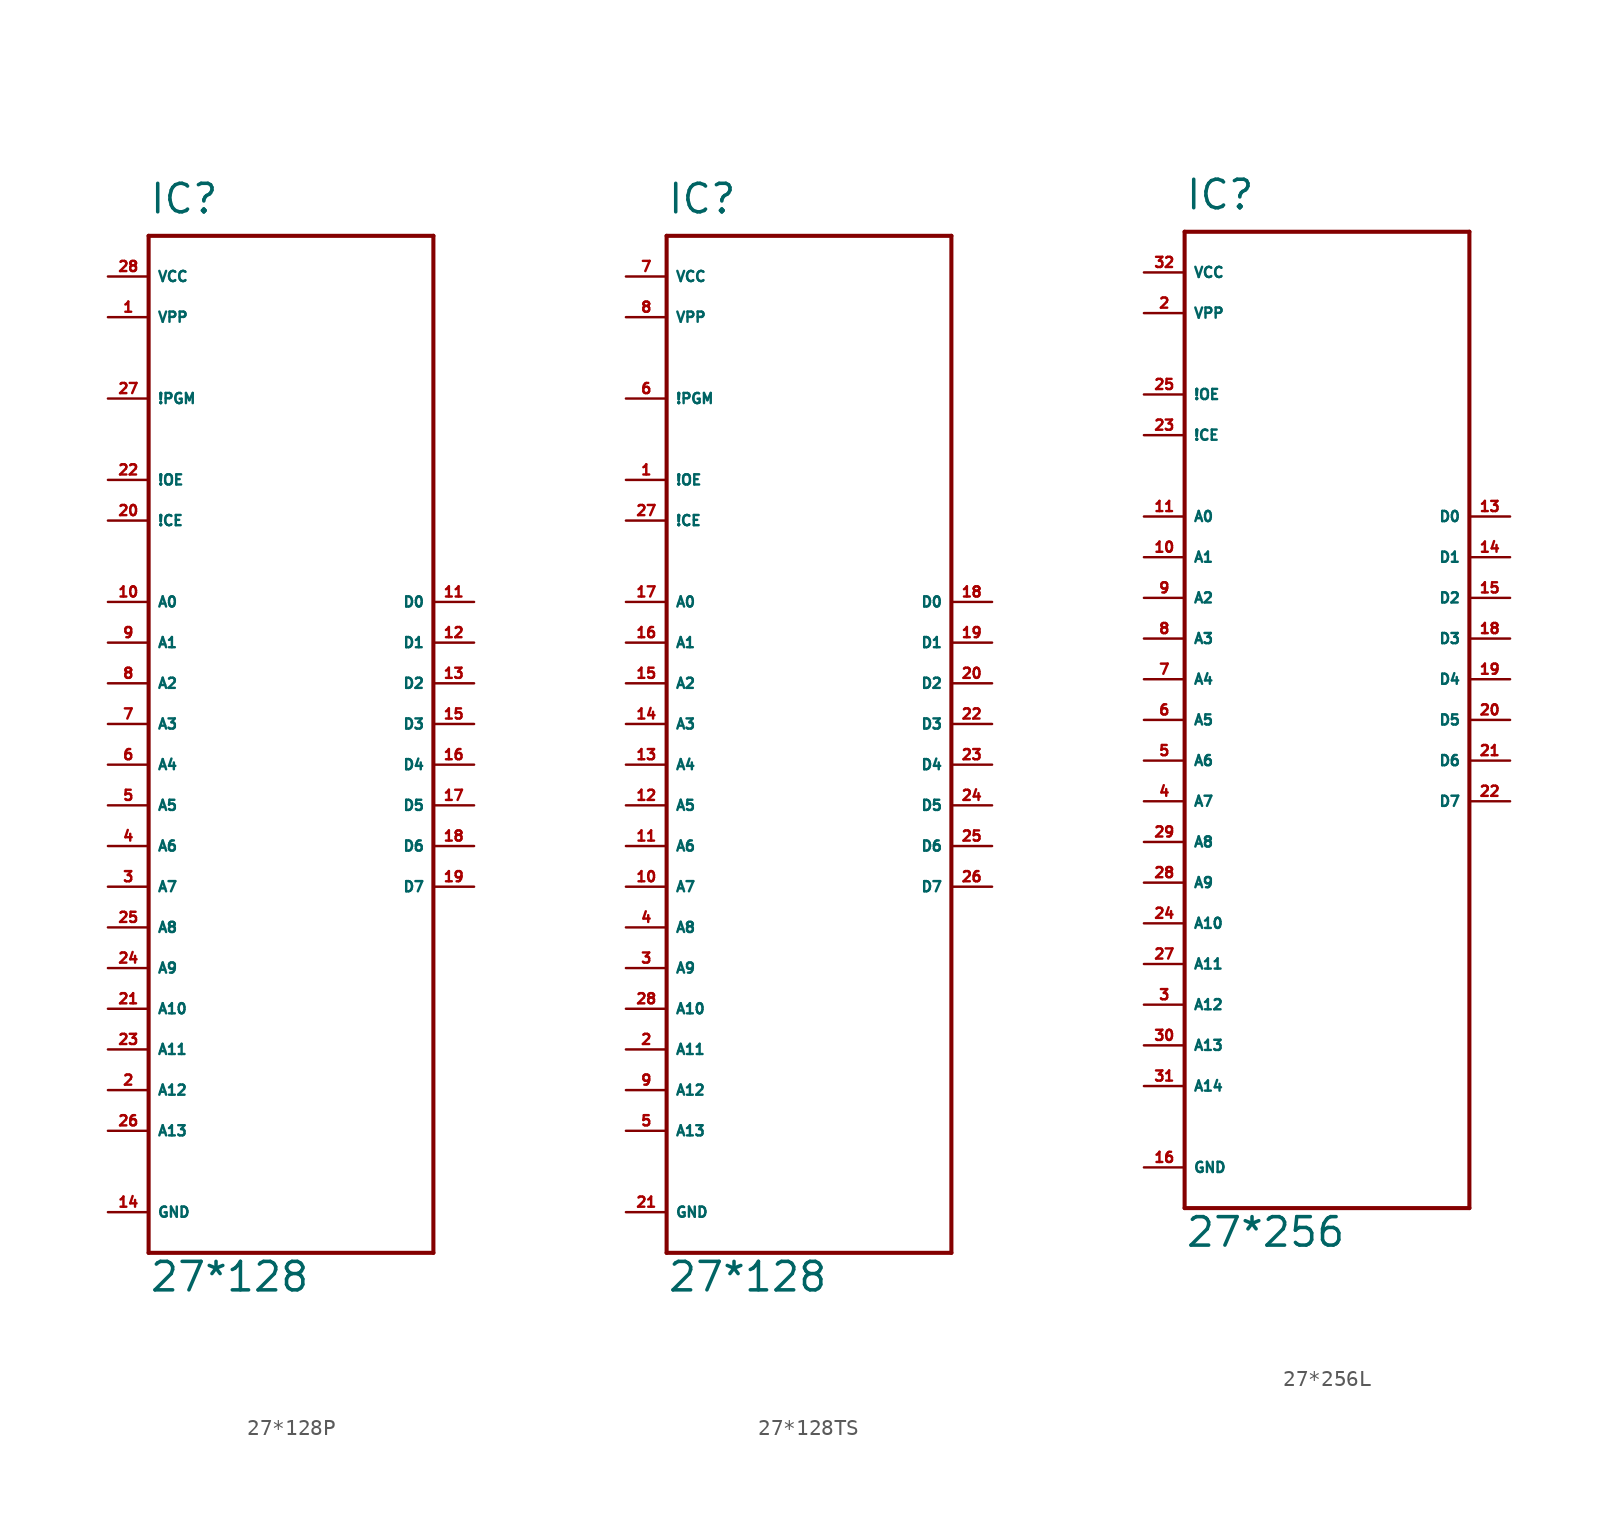
<source format=kicad_sym>
(kicad_symbol_lib
  (version 20220914)
  (generator Eagle2Kicad)
  (symbol "27*128P"
    (property "Reference" "IC"
      (at -7.62 31.75 0)
      (effects (font (size 1.778 1.778) (thickness 0.22)) (justify left bottom)))
    (property "Value" "27*128"
      (at -7.62 -35.56 0)
      (effects (font (size 1.778 1.778) (thickness 0.22)) (justify left bottom)))
    (polyline
      (pts (xy -7.62 30.48) (xy 10.16 30.48))
      (stroke (width 0.254) (type default))
      (fill (type none)))
    (polyline
      (pts (xy 10.16 30.48) (xy 10.16 -33.02))
      (stroke (width 0.254) (type default))
      (fill (type none)))
    (polyline
      (pts (xy 10.16 -33.02) (xy -7.62 -33.02))
      (stroke (width 0.254) (type default))
      (fill (type none)))
    (polyline
      (pts (xy -7.62 -33.02) (xy -7.62 30.48))
      (stroke (width 0.254) (type default))
      (fill (type none)))
    (pin input line
      (at -10.16 7.62 0)
      (length 2.54)
      (name "A0" (effects (font (size 0.635 0.635) (thickness 0.08)) (justify left bottom)))
      (number "10" (effects (font (size 0.635 0.635) (thickness 0.08)) (justify left bottom))))
    (pin input line
      (at -10.16 5.08 0)
      (length 2.54)
      (name "A1" (effects (font (size 0.635 0.635) (thickness 0.08)) (justify left bottom)))
      (number "9" (effects (font (size 0.635 0.635) (thickness 0.08)) (justify left bottom))))
    (pin input line
      (at -10.16 2.54 0)
      (length 2.54)
      (name "A2" (effects (font (size 0.635 0.635) (thickness 0.08)) (justify left bottom)))
      (number "8" (effects (font (size 0.635 0.635) (thickness 0.08)) (justify left bottom))))
    (pin input line
      (at -10.16 0 0)
      (length 2.54)
      (name "A3" (effects (font (size 0.635 0.635) (thickness 0.08)) (justify left bottom)))
      (number "7" (effects (font (size 0.635 0.635) (thickness 0.08)) (justify left bottom))))
    (pin input line
      (at -10.16 -2.54 0)
      (length 2.54)
      (name "A4" (effects (font (size 0.635 0.635) (thickness 0.08)) (justify left bottom)))
      (number "6" (effects (font (size 0.635 0.635) (thickness 0.08)) (justify left bottom))))
    (pin input line
      (at -10.16 -5.08 0)
      (length 2.54)
      (name "A5" (effects (font (size 0.635 0.635) (thickness 0.08)) (justify left bottom)))
      (number "5" (effects (font (size 0.635 0.635) (thickness 0.08)) (justify left bottom))))
    (pin input line
      (at -10.16 -7.62 0)
      (length 2.54)
      (name "A6" (effects (font (size 0.635 0.635) (thickness 0.08)) (justify left bottom)))
      (number "4" (effects (font (size 0.635 0.635) (thickness 0.08)) (justify left bottom))))
    (pin input line
      (at -10.16 -10.16 0)
      (length 2.54)
      (name "A7" (effects (font (size 0.635 0.635) (thickness 0.08)) (justify left bottom)))
      (number "3" (effects (font (size 0.635 0.635) (thickness 0.08)) (justify left bottom))))
    (pin input line
      (at -10.16 -12.7 0)
      (length 2.54)
      (name "A8" (effects (font (size 0.635 0.635) (thickness 0.08)) (justify left bottom)))
      (number "25" (effects (font (size 0.635 0.635) (thickness 0.08)) (justify left bottom))))
    (pin input line
      (at -10.16 12.7 0)
      (length 2.54)
      (name "!CE" (effects (font (size 0.635 0.635) (thickness 0.08)) (justify left bottom)))
      (number "20" (effects (font (size 0.635 0.635) (thickness 0.08)) (justify left bottom))))
    (pin input line
      (at -10.16 15.24 0)
      (length 2.54)
      (name "!OE" (effects (font (size 0.635 0.635) (thickness 0.08)) (justify left bottom)))
      (number "22" (effects (font (size 0.635 0.635) (thickness 0.08)) (justify left bottom))))
    (pin tri_state line
      (at 12.7 7.62 180)
      (length 2.54)
      (name "D0" (effects (font (size 0.635 0.635) (thickness 0.08)) (justify left bottom)))
      (number "11" (effects (font (size 0.635 0.635) (thickness 0.08)) (justify left bottom))))
    (pin tri_state line
      (at 12.7 5.08 180)
      (length 2.54)
      (name "D1" (effects (font (size 0.635 0.635) (thickness 0.08)) (justify left bottom)))
      (number "12" (effects (font (size 0.635 0.635) (thickness 0.08)) (justify left bottom))))
    (pin tri_state line
      (at 12.7 2.54 180)
      (length 2.54)
      (name "D2" (effects (font (size 0.635 0.635) (thickness 0.08)) (justify left bottom)))
      (number "13" (effects (font (size 0.635 0.635) (thickness 0.08)) (justify left bottom))))
    (pin tri_state line
      (at 12.7 0 180)
      (length 2.54)
      (name "D3" (effects (font (size 0.635 0.635) (thickness 0.08)) (justify left bottom)))
      (number "15" (effects (font (size 0.635 0.635) (thickness 0.08)) (justify left bottom))))
    (pin tri_state line
      (at 12.7 -2.54 180)
      (length 2.54)
      (name "D4" (effects (font (size 0.635 0.635) (thickness 0.08)) (justify left bottom)))
      (number "16" (effects (font (size 0.635 0.635) (thickness 0.08)) (justify left bottom))))
    (pin tri_state line
      (at 12.7 -5.08 180)
      (length 2.54)
      (name "D5" (effects (font (size 0.635 0.635) (thickness 0.08)) (justify left bottom)))
      (number "17" (effects (font (size 0.635 0.635) (thickness 0.08)) (justify left bottom))))
    (pin tri_state line
      (at 12.7 -7.62 180)
      (length 2.54)
      (name "D6" (effects (font (size 0.635 0.635) (thickness 0.08)) (justify left bottom)))
      (number "18" (effects (font (size 0.635 0.635) (thickness 0.08)) (justify left bottom))))
    (pin tri_state line
      (at 12.7 -10.16 180)
      (length 2.54)
      (name "D7" (effects (font (size 0.635 0.635) (thickness 0.08)) (justify left bottom)))
      (number "19" (effects (font (size 0.635 0.635) (thickness 0.08)) (justify left bottom))))
    (pin unspecified line
      (at -10.16 27.94 0)
      (length 2.54)
      (name "VCC" (effects (font (size 0.635 0.635) (thickness 0.08)) (justify left bottom)))
      (number "28" (effects (font (size 0.635 0.635) (thickness 0.08)) (justify left bottom))))
    (pin unspecified line
      (at -10.16 -30.48 0)
      (length 2.54)
      (name "GND" (effects (font (size 0.635 0.635) (thickness 0.08)) (justify left bottom)))
      (number "14" (effects (font (size 0.635 0.635) (thickness 0.08)) (justify left bottom))))
    (pin input line
      (at -10.16 -15.24 0)
      (length 2.54)
      (name "A9" (effects (font (size 0.635 0.635) (thickness 0.08)) (justify left bottom)))
      (number "24" (effects (font (size 0.635 0.635) (thickness 0.08)) (justify left bottom))))
    (pin input line
      (at -10.16 -17.78 0)
      (length 2.54)
      (name "A10" (effects (font (size 0.635 0.635) (thickness 0.08)) (justify left bottom)))
      (number "21" (effects (font (size 0.635 0.635) (thickness 0.08)) (justify left bottom))))
    (pin passive line
      (at -10.16 20.32 0)
      (length 2.54)
      (name "!PGM" (effects (font (size 0.635 0.635) (thickness 0.08)) (justify left bottom)))
      (number "27" (effects (font (size 0.635 0.635) (thickness 0.08)) (justify left bottom))))
    (pin input line
      (at -10.16 -20.32 0)
      (length 2.54)
      (name "A11" (effects (font (size 0.635 0.635) (thickness 0.08)) (justify left bottom)))
      (number "23" (effects (font (size 0.635 0.635) (thickness 0.08)) (justify left bottom))))
    (pin input line
      (at -10.16 -22.86 0)
      (length 2.54)
      (name "A12" (effects (font (size 0.635 0.635) (thickness 0.08)) (justify left bottom)))
      (number "2" (effects (font (size 0.635 0.635) (thickness 0.08)) (justify left bottom))))
    (pin input line
      (at -10.16 25.4 0)
      (length 2.54)
      (name "VPP" (effects (font (size 0.635 0.635) (thickness 0.08)) (justify left bottom)))
      (number "1" (effects (font (size 0.635 0.635) (thickness 0.08)) (justify left bottom))))
    (pin input line
      (at -10.16 -25.4 0)
      (length 2.54)
      (name "A13" (effects (font (size 0.635 0.635) (thickness 0.08)) (justify left bottom)))
      (number "26" (effects (font (size 0.635 0.635) (thickness 0.08)) (justify left bottom)))))
  (symbol "27*128TS"
    (property "Reference" "IC"
      (at -7.62 31.75 0)
      (effects (font (size 1.778 1.778) (thickness 0.22)) (justify left bottom)))
    (property "Value" "27*128"
      (at -7.62 -35.56 0)
      (effects (font (size 1.778 1.778) (thickness 0.22)) (justify left bottom)))
    (polyline
      (pts (xy -7.62 30.48) (xy 10.16 30.48))
      (stroke (width 0.254) (type default))
      (fill (type none)))
    (polyline
      (pts (xy 10.16 30.48) (xy 10.16 -33.02))
      (stroke (width 0.254) (type default))
      (fill (type none)))
    (polyline
      (pts (xy 10.16 -33.02) (xy -7.62 -33.02))
      (stroke (width 0.254) (type default))
      (fill (type none)))
    (polyline
      (pts (xy -7.62 -33.02) (xy -7.62 30.48))
      (stroke (width 0.254) (type default))
      (fill (type none)))
    (pin input line
      (at -10.16 7.62 0)
      (length 2.54)
      (name "A0" (effects (font (size 0.635 0.635) (thickness 0.08)) (justify left bottom)))
      (number "17" (effects (font (size 0.635 0.635) (thickness 0.08)) (justify left bottom))))
    (pin input line
      (at -10.16 5.08 0)
      (length 2.54)
      (name "A1" (effects (font (size 0.635 0.635) (thickness 0.08)) (justify left bottom)))
      (number "16" (effects (font (size 0.635 0.635) (thickness 0.08)) (justify left bottom))))
    (pin input line
      (at -10.16 2.54 0)
      (length 2.54)
      (name "A2" (effects (font (size 0.635 0.635) (thickness 0.08)) (justify left bottom)))
      (number "15" (effects (font (size 0.635 0.635) (thickness 0.08)) (justify left bottom))))
    (pin input line
      (at -10.16 0 0)
      (length 2.54)
      (name "A3" (effects (font (size 0.635 0.635) (thickness 0.08)) (justify left bottom)))
      (number "14" (effects (font (size 0.635 0.635) (thickness 0.08)) (justify left bottom))))
    (pin input line
      (at -10.16 -2.54 0)
      (length 2.54)
      (name "A4" (effects (font (size 0.635 0.635) (thickness 0.08)) (justify left bottom)))
      (number "13" (effects (font (size 0.635 0.635) (thickness 0.08)) (justify left bottom))))
    (pin input line
      (at -10.16 -5.08 0)
      (length 2.54)
      (name "A5" (effects (font (size 0.635 0.635) (thickness 0.08)) (justify left bottom)))
      (number "12" (effects (font (size 0.635 0.635) (thickness 0.08)) (justify left bottom))))
    (pin input line
      (at -10.16 -7.62 0)
      (length 2.54)
      (name "A6" (effects (font (size 0.635 0.635) (thickness 0.08)) (justify left bottom)))
      (number "11" (effects (font (size 0.635 0.635) (thickness 0.08)) (justify left bottom))))
    (pin input line
      (at -10.16 -10.16 0)
      (length 2.54)
      (name "A7" (effects (font (size 0.635 0.635) (thickness 0.08)) (justify left bottom)))
      (number "10" (effects (font (size 0.635 0.635) (thickness 0.08)) (justify left bottom))))
    (pin input line
      (at -10.16 -12.7 0)
      (length 2.54)
      (name "A8" (effects (font (size 0.635 0.635) (thickness 0.08)) (justify left bottom)))
      (number "4" (effects (font (size 0.635 0.635) (thickness 0.08)) (justify left bottom))))
    (pin input line
      (at -10.16 12.7 0)
      (length 2.54)
      (name "!CE" (effects (font (size 0.635 0.635) (thickness 0.08)) (justify left bottom)))
      (number "27" (effects (font (size 0.635 0.635) (thickness 0.08)) (justify left bottom))))
    (pin input line
      (at -10.16 15.24 0)
      (length 2.54)
      (name "!OE" (effects (font (size 0.635 0.635) (thickness 0.08)) (justify left bottom)))
      (number "1" (effects (font (size 0.635 0.635) (thickness 0.08)) (justify left bottom))))
    (pin tri_state line
      (at 12.7 7.62 180)
      (length 2.54)
      (name "D0" (effects (font (size 0.635 0.635) (thickness 0.08)) (justify left bottom)))
      (number "18" (effects (font (size 0.635 0.635) (thickness 0.08)) (justify left bottom))))
    (pin tri_state line
      (at 12.7 5.08 180)
      (length 2.54)
      (name "D1" (effects (font (size 0.635 0.635) (thickness 0.08)) (justify left bottom)))
      (number "19" (effects (font (size 0.635 0.635) (thickness 0.08)) (justify left bottom))))
    (pin tri_state line
      (at 12.7 2.54 180)
      (length 2.54)
      (name "D2" (effects (font (size 0.635 0.635) (thickness 0.08)) (justify left bottom)))
      (number "20" (effects (font (size 0.635 0.635) (thickness 0.08)) (justify left bottom))))
    (pin tri_state line
      (at 12.7 0 180)
      (length 2.54)
      (name "D3" (effects (font (size 0.635 0.635) (thickness 0.08)) (justify left bottom)))
      (number "22" (effects (font (size 0.635 0.635) (thickness 0.08)) (justify left bottom))))
    (pin tri_state line
      (at 12.7 -2.54 180)
      (length 2.54)
      (name "D4" (effects (font (size 0.635 0.635) (thickness 0.08)) (justify left bottom)))
      (number "23" (effects (font (size 0.635 0.635) (thickness 0.08)) (justify left bottom))))
    (pin tri_state line
      (at 12.7 -5.08 180)
      (length 2.54)
      (name "D5" (effects (font (size 0.635 0.635) (thickness 0.08)) (justify left bottom)))
      (number "24" (effects (font (size 0.635 0.635) (thickness 0.08)) (justify left bottom))))
    (pin tri_state line
      (at 12.7 -7.62 180)
      (length 2.54)
      (name "D6" (effects (font (size 0.635 0.635) (thickness 0.08)) (justify left bottom)))
      (number "25" (effects (font (size 0.635 0.635) (thickness 0.08)) (justify left bottom))))
    (pin tri_state line
      (at 12.7 -10.16 180)
      (length 2.54)
      (name "D7" (effects (font (size 0.635 0.635) (thickness 0.08)) (justify left bottom)))
      (number "26" (effects (font (size 0.635 0.635) (thickness 0.08)) (justify left bottom))))
    (pin unspecified line
      (at -10.16 27.94 0)
      (length 2.54)
      (name "VCC" (effects (font (size 0.635 0.635) (thickness 0.08)) (justify left bottom)))
      (number "7" (effects (font (size 0.635 0.635) (thickness 0.08)) (justify left bottom))))
    (pin unspecified line
      (at -10.16 -30.48 0)
      (length 2.54)
      (name "GND" (effects (font (size 0.635 0.635) (thickness 0.08)) (justify left bottom)))
      (number "21" (effects (font (size 0.635 0.635) (thickness 0.08)) (justify left bottom))))
    (pin input line
      (at -10.16 -15.24 0)
      (length 2.54)
      (name "A9" (effects (font (size 0.635 0.635) (thickness 0.08)) (justify left bottom)))
      (number "3" (effects (font (size 0.635 0.635) (thickness 0.08)) (justify left bottom))))
    (pin input line
      (at -10.16 -17.78 0)
      (length 2.54)
      (name "A10" (effects (font (size 0.635 0.635) (thickness 0.08)) (justify left bottom)))
      (number "28" (effects (font (size 0.635 0.635) (thickness 0.08)) (justify left bottom))))
    (pin passive line
      (at -10.16 20.32 0)
      (length 2.54)
      (name "!PGM" (effects (font (size 0.635 0.635) (thickness 0.08)) (justify left bottom)))
      (number "6" (effects (font (size 0.635 0.635) (thickness 0.08)) (justify left bottom))))
    (pin input line
      (at -10.16 -20.32 0)
      (length 2.54)
      (name "A11" (effects (font (size 0.635 0.635) (thickness 0.08)) (justify left bottom)))
      (number "2" (effects (font (size 0.635 0.635) (thickness 0.08)) (justify left bottom))))
    (pin input line
      (at -10.16 -22.86 0)
      (length 2.54)
      (name "A12" (effects (font (size 0.635 0.635) (thickness 0.08)) (justify left bottom)))
      (number "9" (effects (font (size 0.635 0.635) (thickness 0.08)) (justify left bottom))))
    (pin input line
      (at -10.16 25.4 0)
      (length 2.54)
      (name "VPP" (effects (font (size 0.635 0.635) (thickness 0.08)) (justify left bottom)))
      (number "8" (effects (font (size 0.635 0.635) (thickness 0.08)) (justify left bottom))))
    (pin input line
      (at -10.16 -25.4 0)
      (length 2.54)
      (name "A13" (effects (font (size 0.635 0.635) (thickness 0.08)) (justify left bottom)))
      (number "5" (effects (font (size 0.635 0.635) (thickness 0.08)) (justify left bottom)))))
  (symbol "27*256L"
    (property "Reference" "IC"
      (at -7.62 31.75 0)
      (effects (font (size 1.778 1.778) (thickness 0.22)) (justify left bottom)))
    (property "Value" "27*256"
      (at -7.62 -33.02 0)
      (effects (font (size 1.778 1.778) (thickness 0.22)) (justify left bottom)))
    (polyline
      (pts (xy -7.62 30.48) (xy 10.16 30.48))
      (stroke (width 0.254) (type default))
      (fill (type none)))
    (polyline
      (pts (xy 10.16 30.48) (xy 10.16 -30.48))
      (stroke (width 0.254) (type default))
      (fill (type none)))
    (polyline
      (pts (xy 10.16 -30.48) (xy -7.62 -30.48))
      (stroke (width 0.254) (type default))
      (fill (type none)))
    (polyline
      (pts (xy -7.62 -30.48) (xy -7.62 30.48))
      (stroke (width 0.254) (type default))
      (fill (type none)))
    (pin input line
      (at -10.16 12.7 0)
      (length 2.54)
      (name "A0" (effects (font (size 0.635 0.635) (thickness 0.08)) (justify left bottom)))
      (number "11" (effects (font (size 0.635 0.635) (thickness 0.08)) (justify left bottom))))
    (pin input line
      (at -10.16 10.16 0)
      (length 2.54)
      (name "A1" (effects (font (size 0.635 0.635) (thickness 0.08)) (justify left bottom)))
      (number "10" (effects (font (size 0.635 0.635) (thickness 0.08)) (justify left bottom))))
    (pin input line
      (at -10.16 7.62 0)
      (length 2.54)
      (name "A2" (effects (font (size 0.635 0.635) (thickness 0.08)) (justify left bottom)))
      (number "9" (effects (font (size 0.635 0.635) (thickness 0.08)) (justify left bottom))))
    (pin input line
      (at -10.16 5.08 0)
      (length 2.54)
      (name "A3" (effects (font (size 0.635 0.635) (thickness 0.08)) (justify left bottom)))
      (number "8" (effects (font (size 0.635 0.635) (thickness 0.08)) (justify left bottom))))
    (pin input line
      (at -10.16 2.54 0)
      (length 2.54)
      (name "A4" (effects (font (size 0.635 0.635) (thickness 0.08)) (justify left bottom)))
      (number "7" (effects (font (size 0.635 0.635) (thickness 0.08)) (justify left bottom))))
    (pin input line
      (at -10.16 0 0)
      (length 2.54)
      (name "A5" (effects (font (size 0.635 0.635) (thickness 0.08)) (justify left bottom)))
      (number "6" (effects (font (size 0.635 0.635) (thickness 0.08)) (justify left bottom))))
    (pin input line
      (at -10.16 -2.54 0)
      (length 2.54)
      (name "A6" (effects (font (size 0.635 0.635) (thickness 0.08)) (justify left bottom)))
      (number "5" (effects (font (size 0.635 0.635) (thickness 0.08)) (justify left bottom))))
    (pin input line
      (at -10.16 -5.08 0)
      (length 2.54)
      (name "A7" (effects (font (size 0.635 0.635) (thickness 0.08)) (justify left bottom)))
      (number "4" (effects (font (size 0.635 0.635) (thickness 0.08)) (justify left bottom))))
    (pin input line
      (at -10.16 -7.62 0)
      (length 2.54)
      (name "A8" (effects (font (size 0.635 0.635) (thickness 0.08)) (justify left bottom)))
      (number "29" (effects (font (size 0.635 0.635) (thickness 0.08)) (justify left bottom))))
    (pin input line
      (at -10.16 17.78 0)
      (length 2.54)
      (name "!CE" (effects (font (size 0.635 0.635) (thickness 0.08)) (justify left bottom)))
      (number "23" (effects (font (size 0.635 0.635) (thickness 0.08)) (justify left bottom))))
    (pin input line
      (at -10.16 20.32 0)
      (length 2.54)
      (name "!OE" (effects (font (size 0.635 0.635) (thickness 0.08)) (justify left bottom)))
      (number "25" (effects (font (size 0.635 0.635) (thickness 0.08)) (justify left bottom))))
    (pin tri_state line
      (at 12.7 12.7 180)
      (length 2.54)
      (name "D0" (effects (font (size 0.635 0.635) (thickness 0.08)) (justify left bottom)))
      (number "13" (effects (font (size 0.635 0.635) (thickness 0.08)) (justify left bottom))))
    (pin tri_state line
      (at 12.7 10.16 180)
      (length 2.54)
      (name "D1" (effects (font (size 0.635 0.635) (thickness 0.08)) (justify left bottom)))
      (number "14" (effects (font (size 0.635 0.635) (thickness 0.08)) (justify left bottom))))
    (pin tri_state line
      (at 12.7 7.62 180)
      (length 2.54)
      (name "D2" (effects (font (size 0.635 0.635) (thickness 0.08)) (justify left bottom)))
      (number "15" (effects (font (size 0.635 0.635) (thickness 0.08)) (justify left bottom))))
    (pin tri_state line
      (at 12.7 5.08 180)
      (length 2.54)
      (name "D3" (effects (font (size 0.635 0.635) (thickness 0.08)) (justify left bottom)))
      (number "18" (effects (font (size 0.635 0.635) (thickness 0.08)) (justify left bottom))))
    (pin tri_state line
      (at 12.7 2.54 180)
      (length 2.54)
      (name "D4" (effects (font (size 0.635 0.635) (thickness 0.08)) (justify left bottom)))
      (number "19" (effects (font (size 0.635 0.635) (thickness 0.08)) (justify left bottom))))
    (pin tri_state line
      (at 12.7 0 180)
      (length 2.54)
      (name "D5" (effects (font (size 0.635 0.635) (thickness 0.08)) (justify left bottom)))
      (number "20" (effects (font (size 0.635 0.635) (thickness 0.08)) (justify left bottom))))
    (pin tri_state line
      (at 12.7 -2.54 180)
      (length 2.54)
      (name "D6" (effects (font (size 0.635 0.635) (thickness 0.08)) (justify left bottom)))
      (number "21" (effects (font (size 0.635 0.635) (thickness 0.08)) (justify left bottom))))
    (pin tri_state line
      (at 12.7 -5.08 180)
      (length 2.54)
      (name "D7" (effects (font (size 0.635 0.635) (thickness 0.08)) (justify left bottom)))
      (number "22" (effects (font (size 0.635 0.635) (thickness 0.08)) (justify left bottom))))
    (pin unspecified line
      (at -10.16 27.94 0)
      (length 2.54)
      (name "VCC" (effects (font (size 0.635 0.635) (thickness 0.08)) (justify left bottom)))
      (number "32" (effects (font (size 0.635 0.635) (thickness 0.08)) (justify left bottom))))
    (pin unspecified line
      (at -10.16 -27.94 0)
      (length 2.54)
      (name "GND" (effects (font (size 0.635 0.635) (thickness 0.08)) (justify left bottom)))
      (number "16" (effects (font (size 0.635 0.635) (thickness 0.08)) (justify left bottom))))
    (pin input line
      (at -10.16 -10.16 0)
      (length 2.54)
      (name "A9" (effects (font (size 0.635 0.635) (thickness 0.08)) (justify left bottom)))
      (number "28" (effects (font (size 0.635 0.635) (thickness 0.08)) (justify left bottom))))
    (pin input line
      (at -10.16 -12.7 0)
      (length 2.54)
      (name "A10" (effects (font (size 0.635 0.635) (thickness 0.08)) (justify left bottom)))
      (number "24" (effects (font (size 0.635 0.635) (thickness 0.08)) (justify left bottom))))
    (pin input line
      (at -10.16 -22.86 0)
      (length 2.54)
      (name "A14" (effects (font (size 0.635 0.635) (thickness 0.08)) (justify left bottom)))
      (number "31" (effects (font (size 0.635 0.635) (thickness 0.08)) (justify left bottom))))
    (pin input line
      (at -10.16 -15.24 0)
      (length 2.54)
      (name "A11" (effects (font (size 0.635 0.635) (thickness 0.08)) (justify left bottom)))
      (number "27" (effects (font (size 0.635 0.635) (thickness 0.08)) (justify left bottom))))
    (pin input line
      (at -10.16 -17.78 0)
      (length 2.54)
      (name "A12" (effects (font (size 0.635 0.635) (thickness 0.08)) (justify left bottom)))
      (number "3" (effects (font (size 0.635 0.635) (thickness 0.08)) (justify left bottom))))
    (pin input line
      (at -10.16 25.4 0)
      (length 2.54)
      (name "VPP" (effects (font (size 0.635 0.635) (thickness 0.08)) (justify left bottom)))
      (number "2" (effects (font (size 0.635 0.635) (thickness 0.08)) (justify left bottom))))
    (pin input line
      (at -10.16 -20.32 0)
      (length 2.54)
      (name "A13" (effects (font (size 0.635 0.635) (thickness 0.08)) (justify left bottom)))
      (number "30" (effects (font (size 0.635 0.635) (thickness 0.08)) (justify left bottom))))))
</source>
